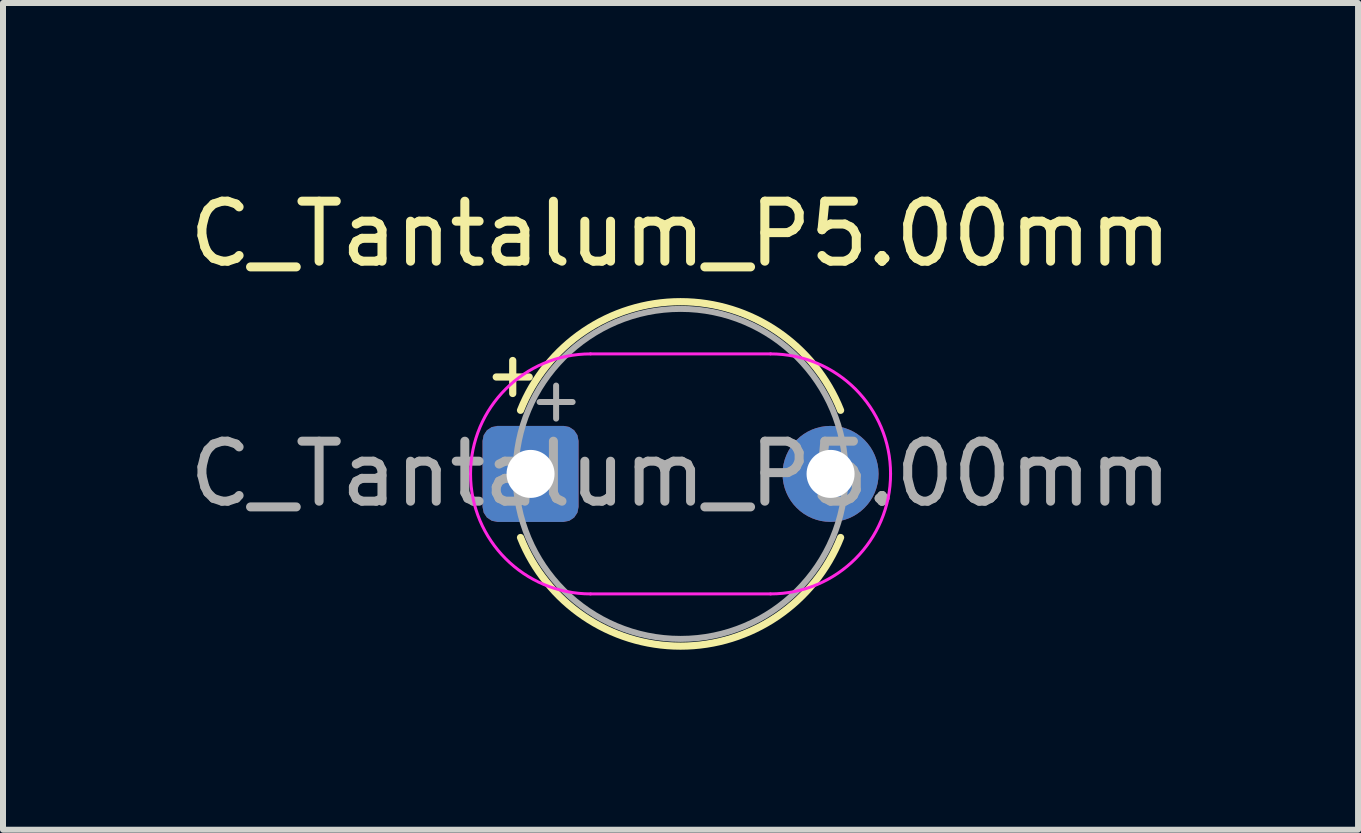
<source format=kicad_pcb>
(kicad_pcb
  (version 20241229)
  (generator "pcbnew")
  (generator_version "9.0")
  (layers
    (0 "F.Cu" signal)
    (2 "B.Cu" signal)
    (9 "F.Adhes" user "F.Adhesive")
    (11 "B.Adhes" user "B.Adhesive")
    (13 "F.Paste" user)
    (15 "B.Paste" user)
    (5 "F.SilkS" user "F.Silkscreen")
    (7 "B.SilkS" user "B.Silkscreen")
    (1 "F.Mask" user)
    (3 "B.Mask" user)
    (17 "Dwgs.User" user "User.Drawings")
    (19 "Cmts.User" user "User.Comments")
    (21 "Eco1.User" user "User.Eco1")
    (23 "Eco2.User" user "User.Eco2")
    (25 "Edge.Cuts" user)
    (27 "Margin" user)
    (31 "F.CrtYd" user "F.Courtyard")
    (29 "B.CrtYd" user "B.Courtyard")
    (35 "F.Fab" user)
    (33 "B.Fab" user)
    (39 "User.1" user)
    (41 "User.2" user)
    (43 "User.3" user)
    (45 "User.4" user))
  (footprint "C_Tantalum_P5.00mm"
    (layer "F.Cu")
    (at 5.792 4.848)
    (property "Reference" "C_Tantalum_P5.00mm" (at 2.5 -4 0) (layer "F.SilkS") (effects (font (size 1 1) (thickness 0.15))))
    (attr through_hole)
    (fp_line (start -0.572 -1.615) (end -0.022 -1.615) (stroke (width 0.12) (type solid)) (layer "F.SilkS"))
    (fp_line (start -0.297 -1.89) (end -0.297 -1.34) (stroke (width 0.12) (type solid)) (layer "F.SilkS"))
    (fp_arc (start -0.167077 -1.06) (mid 2.5 -2.87) (end 5.167077 -1.06) (stroke (width 0.12) (type solid)) (layer "F.SilkS"))
    (fp_arc (start 5.167077 1.06) (mid 2.5 2.87) (end -0.167077 1.06) (stroke (width 0.12) (type solid)) (layer "F.SilkS"))
    (fp_line (start 1 -2) (end 4 -2) (stroke (width 0.05) (type default)) (layer "F.CrtYd"))
    (fp_line (start 4 2) (end 1 2) (stroke (width 0.05) (type default)) (layer "F.CrtYd"))
    (fp_arc (start -1 0) (mid -0.414214 -1.414214) (end 1 -2) (stroke (width 0.05) (type default)) (layer "F.CrtYd"))
    (fp_arc (start 1 2) (mid -0.414214 1.414214) (end -1 0) (stroke (width 0.05) (type default)) (layer "F.CrtYd"))
    (fp_arc (start 4 -2) (mid 5.414214 -1.414214) (end 6 0) (stroke (width 0.05) (type default)) (layer "F.CrtYd"))
    (fp_arc (start 6 0) (mid 5.414214 1.414214) (end 4 2) (stroke (width 0.05) (type default)) (layer "F.CrtYd"))
    (fp_line (start 0.151 -1.198) (end 0.701 -1.198) (stroke (width 0.1) (type solid)) (layer "F.Fab"))
    (fp_line (start 0.426 -1.472) (end 0.426 -0.922) (stroke (width 0.1) (type solid)) (layer "F.Fab"))
    (fp_circle (center 2.5 0) (end 5.25 0) (stroke (width 0.1) (type solid)) (fill no) (layer "F.Fab"))
    (fp_text user "${REFERENCE}" (at 2.5 0 0) (layer "F.Fab") (effects (font (size 1 1) (thickness 0.15))))
    (pad "1" thru_hole roundrect (at 0 0) (size 1.6 1.6) (drill 0.8) (layers "*.Cu" "*.Mask") (roundrect_rratio 0.156))
    (pad "2" thru_hole circle (at 5 0) (size 1.6 1.6) (drill 0.8) (layers "*.Cu" "*.Mask")))
  (gr_rect
    (start -3 -3)
    (end 19.583 10.778)
    (stroke (width 0.1) (type default))
    (fill no)
    (layer "Edge.Cuts")))
</source>
